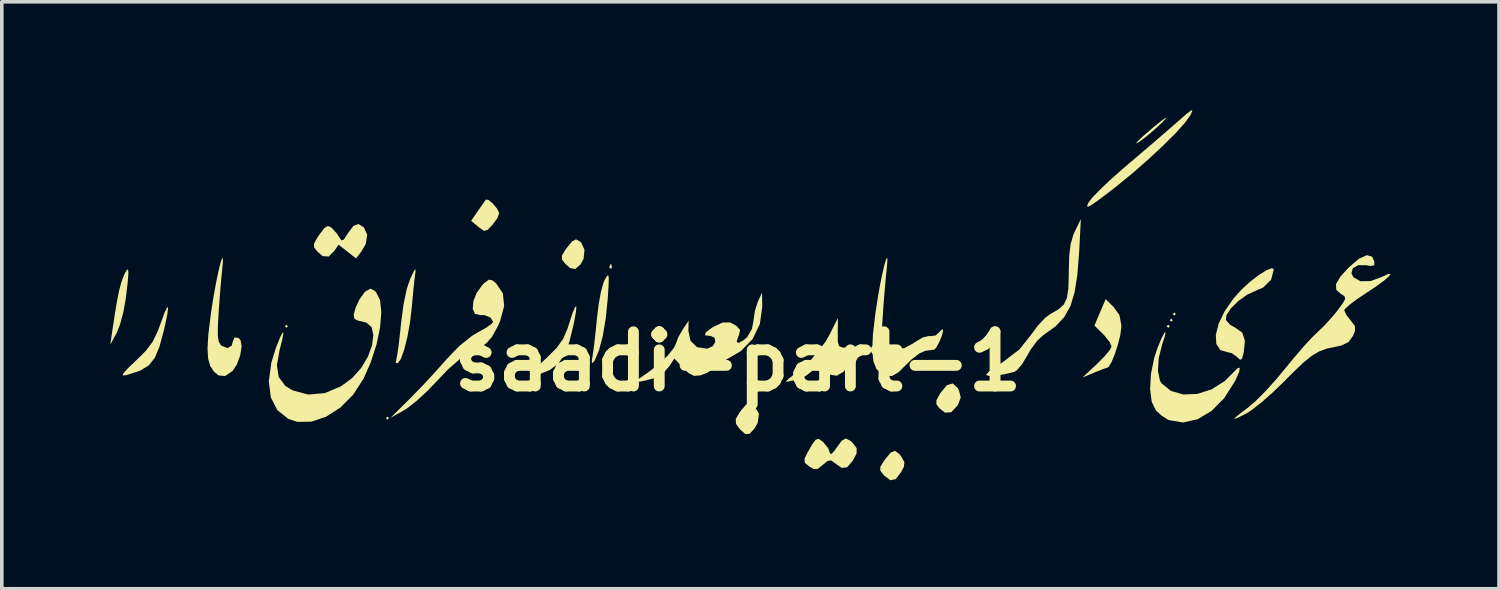
<source format=kicad_pcb>
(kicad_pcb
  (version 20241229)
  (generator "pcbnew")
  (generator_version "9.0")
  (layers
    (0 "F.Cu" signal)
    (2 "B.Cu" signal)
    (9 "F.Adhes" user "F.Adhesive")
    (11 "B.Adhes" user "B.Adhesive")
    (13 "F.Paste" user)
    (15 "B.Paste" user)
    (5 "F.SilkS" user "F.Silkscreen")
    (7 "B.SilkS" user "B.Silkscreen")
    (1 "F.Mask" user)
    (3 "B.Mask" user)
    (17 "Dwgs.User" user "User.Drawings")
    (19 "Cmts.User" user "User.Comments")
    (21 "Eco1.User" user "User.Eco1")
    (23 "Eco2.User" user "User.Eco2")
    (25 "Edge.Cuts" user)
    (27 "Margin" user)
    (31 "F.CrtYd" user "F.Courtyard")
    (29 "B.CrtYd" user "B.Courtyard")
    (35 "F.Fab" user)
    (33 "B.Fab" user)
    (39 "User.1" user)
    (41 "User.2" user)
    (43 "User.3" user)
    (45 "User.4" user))
  (footprint "saadi-part-1"
    (layer "F.Cu")
    (at 17.358 6.946)
    (property "Reference" "saadi-part-1" (at 0 0 0) (layer "F.SilkS") (effects (font (size 1.5 1.5) (thickness 0.3))))
    (attr board_only exclude_from_pos_files exclude_from_bom)
    (fp_poly (pts (xy -12.446 -0.974) (xy -12.488 -0.931) (xy -12.531 -0.974) (xy -12.488 -1.016)) (stroke (width 0) (type solid)) (fill yes) (layer "F.SilkS"))
    (fp_poly (pts (xy -9.652 1.566) (xy -9.694 1.609) (xy -9.737 1.566) (xy -9.694 1.524)) (stroke (width 0) (type solid)) (fill yes) (layer "F.SilkS"))
    (fp_poly (pts (xy 11.938 -0.974) (xy 11.896 -0.931) (xy 11.853 -0.974) (xy 11.896 -1.016)) (stroke (width 0) (type solid)) (fill yes) (layer "F.SilkS"))
    (fp_poly (pts (xy 12.023 -1.143) (xy 11.98 -1.101) (xy 11.938 -1.143) (xy 11.98 -1.185)) (stroke (width 0) (type solid)) (fill yes) (layer "F.SilkS"))
    (fp_poly (pts (xy 12.107 -1.312) (xy 12.065 -1.27) (xy 12.023 -1.312) (xy 12.065 -1.355)) (stroke (width 0) (type solid)) (fill yes) (layer "F.SilkS"))
    (fp_poly (pts (xy -3.5 -2.681) (xy -3.489 -2.581) (xy -3.5 -2.568) (xy -3.55 -2.58) (xy -3.556 -2.625) (xy -3.525 -2.694)) (stroke (width 0) (type solid)) (fill yes) (layer "F.SilkS"))
    (fp_poly (pts (xy -4.37 -3.319) (xy -4.335 -3.285) (xy -4.245 -3.088) (xy -4.27 -2.843) (xy -4.351 -2.688) (xy -4.496 -2.558) (xy -4.642 -2.581) (xy -4.78 -2.705) (xy -4.87 -2.823) (xy -4.871 -2.927) (xy -4.775 -3.085) (xy -4.745 -3.128) (xy -4.592 -3.319) (xy -4.481 -3.377)) (stroke (width 0) (type solid)) (fill yes) (layer "F.SilkS"))
    (fp_poly (pts (xy 0.433 1.208) (xy 0.449 1.223) (xy 0.579 1.446) (xy 0.545 1.697) (xy 0.461 1.844) (xy 0.322 2) (xy 0.2 2.005) (xy 0.055 1.877) (xy -0.056 1.725) (xy -0.063 1.589) (xy 0.041 1.412) (xy 0.111 1.323) (xy 0.246 1.169) (xy 0.335 1.136)) (stroke (width 0) (type solid)) (fill yes) (layer "F.SilkS"))
    (fp_poly (pts (xy 6.073 0.73) (xy 6.11 0.801) (xy 6.159 0.994) (xy 6.091 1.18) (xy 6.064 1.224) (xy 5.895 1.403) (xy 5.726 1.416) (xy 5.563 1.289) (xy 5.483 1.177) (xy 5.489 1.065) (xy 5.588 0.886) (xy 5.601 0.866) (xy 5.779 0.653) (xy 5.937 0.608)) (stroke (width 0) (type solid)) (fill yes) (layer "F.SilkS"))
    (fp_poly (pts (xy 11.832 -6.723) (xy 11.811 -6.697) (xy 11.672 -6.555) (xy 11.485 -6.385) (xy 11.288 -6.22) (xy 11.12 -6.092) (xy 11.019 -6.032) (xy 11.007 -6.036) (xy 11.067 -6.106) (xy 11.225 -6.253) (xy 11.451 -6.448) (xy 11.493 -6.484) (xy 11.698 -6.65) (xy 11.817 -6.734)) (stroke (width 0) (type solid)) (fill yes) (layer "F.SilkS"))
    (fp_poly (pts (xy 4.463 2.561) (xy 4.521 2.639) (xy 4.601 2.784) (xy 4.585 2.917) (xy 4.508 3.062) (xy 4.359 3.253) (xy 4.214 3.284) (xy 4.045 3.158) (xy 4.026 3.137) (xy 3.935 3.019) (xy 3.935 2.915) (xy 4.03 2.757) (xy 4.061 2.714) (xy 4.221 2.519) (xy 4.343 2.47)) (stroke (width 0) (type solid)) (fill yes) (layer "F.SilkS"))
    (fp_poly (pts (xy -16.857 -2.444) (xy -16.876 -2.198) (xy -16.923 -1.798) (xy -16.934 -1.715) (xy -16.999 -1.356) (xy -17.091 -1.017) (xy -17.185 -0.784) (xy -17.358 -0.466) (xy -17.315 -0.762) (xy -17.235 -1.293) (xy -17.17 -1.688) (xy -17.111 -1.976) (xy -17.054 -2.188) (xy -16.992 -2.357) (xy -16.986 -2.371) (xy -16.912 -2.519) (xy -16.869 -2.548)) (stroke (width 0) (type solid)) (fill yes) (layer "F.SilkS"))
    (fp_poly (pts (xy -6.896 -4.464) (xy -6.776 -4.362) (xy -6.662 -4.225) (xy -6.605 -4.108) (xy -6.604 -4.098) (xy -6.656 -3.964) (xy -6.784 -3.787) (xy -6.795 -3.775) (xy -6.93 -3.635) (xy -7.024 -3.613) (xy -7.15 -3.699) (xy -7.183 -3.726) (xy -7.38 -3.891) (xy -7.189 -4.168) (xy -7.061 -4.352) (xy -6.98 -4.467) (xy -6.971 -4.48)) (stroke (width 0) (type solid)) (fill yes) (layer "F.SilkS"))
    (fp_poly (pts (xy -15.76 -1.484) (xy -15.781 -1.311) (xy -15.848 -0.985) (xy -15.876 -0.864) (xy -15.996 -0.416) (xy -16.126 -0.103) (xy -16.294 0.109) (xy -16.529 0.252) (xy -16.86 0.362) (xy -16.933 0.381) (xy -17.015 0.385) (xy -16.996 0.323) (xy -16.864 0.181) (xy -16.657 -0.016) (xy -16.376 -0.294) (xy -16.187 -0.546) (xy -16.045 -0.839) (xy -15.964 -1.058) (xy -15.853 -1.361) (xy -15.785 -1.502)) (stroke (width 0) (type solid)) (fill yes) (layer "F.SilkS"))
    (fp_poly (pts (xy -8.919 -2.477) (xy -8.928 -2.413) (xy -8.954 -2.202) (xy -8.986 -1.888) (xy -9.017 -1.538) (xy -9.018 -1.524) (xy -9.069 -1.089) (xy -9.143 -0.677) (xy -9.231 -0.325) (xy -9.324 -0.069) (xy -9.408 0.049) (xy -9.466 0.041) (xy -9.449 -0.057) (xy -9.419 -0.209) (xy -9.381 -0.484) (xy -9.34 -0.837) (xy -9.317 -1.067) (xy -9.25 -1.577) (xy -9.16 -2.007) (xy -9.063 -2.291) (xy -8.965 -2.496) (xy -8.92 -2.554)) (stroke (width 0) (type solid)) (fill yes) (layer "F.SilkS"))
    (fp_poly (pts (xy -4.48 -1.381) (xy -4.535 -1.078) (xy -4.541 -1.046) (xy -4.663 -0.548) (xy -4.8 -0.188) (xy -4.975 0.063) (xy -5.209 0.237) (xy -5.525 0.365) (xy -5.567 0.378) (xy -5.713 0.402) (xy -5.757 0.38) (xy -5.699 0.301) (xy -5.546 0.142) (xy -5.329 -0.066) (xy -5.294 -0.097) (xy -5.016 -0.375) (xy -4.837 -0.625) (xy -4.714 -0.911) (xy -4.686 -1.001) (xy -4.578 -1.333) (xy -4.505 -1.508) (xy -4.471 -1.524)) (stroke (width 0) (type solid)) (fill yes) (layer "F.SilkS"))
    (fp_poly (pts (xy -3.574 -2.303) (xy -3.58 -2.098) (xy -3.602 -1.745) (xy -3.603 -1.736) (xy -3.656 -1.201) (xy -3.739 -0.714) (xy -3.843 -0.313) (xy -3.96 -0.036) (xy -3.984 0) (xy -4.04 0.053) (xy -4.042 -0.034) (xy -4.026 -0.127) (xy -3.996 -0.323) (xy -3.959 -0.634) (xy -3.919 -1.008) (xy -3.901 -1.198) (xy -3.852 -1.592) (xy -3.788 -1.94) (xy -3.718 -2.191) (xy -3.688 -2.256) (xy -3.625 -2.361) (xy -3.588 -2.384)) (stroke (width 0) (type solid)) (fill yes) (layer "F.SilkS"))
    (fp_poly (pts (xy 10.385 -1.507) (xy 10.546 -1.285) (xy 10.598 -1.014) (xy 10.599 -0.944) (xy 10.571 -0.733) (xy 10.505 -0.468) (xy 10.417 -0.198) (xy 10.324 0.026) (xy 10.244 0.155) (xy 10.217 0.169) (xy 10.124 0.199) (xy 9.933 0.273) (xy 9.853 0.306) (xy 9.525 0.442) (xy 9.927 0.067) (xy 10.135 -0.142) (xy 10.28 -0.318) (xy 10.329 -0.415) (xy 10.274 -0.539) (xy 10.136 -0.713) (xy 10.093 -0.758) (xy 9.856 -0.994) (xy 10.011 -1.36) (xy 10.167 -1.725)) (stroke (width 0) (type solid)) (fill yes) (layer "F.SilkS"))
    (fp_poly (pts (xy -10.346 -3.708) (xy -10.254 -3.506) (xy -10.294 -3.25) (xy -10.406 -3.055) (xy -10.563 -2.85) (xy -10.805 -3.041) (xy -11.047 -3.231) (xy -11.164 -3.055) (xy -11.32 -2.902) (xy -11.485 -2.914) (xy -11.636 -3.042) (xy -11.722 -3.154) (xy -11.726 -3.257) (xy -11.642 -3.412) (xy -11.579 -3.506) (xy -11.439 -3.69) (xy -11.339 -3.747) (xy -11.243 -3.703) (xy -11.092 -3.537) (xy -11.029 -3.439) (xy -10.966 -3.348) (xy -10.901 -3.372) (xy -10.798 -3.528) (xy -10.788 -3.545) (xy -10.634 -3.751) (xy -10.493 -3.801)) (stroke (width 0) (type solid)) (fill yes) (layer "F.SilkS"))
    (fp_poly (pts (xy 12.564 -6.94) (xy 12.525 -6.844) (xy 12.506 -6.807) (xy 12.363 -6.606) (xy 12.111 -6.324) (xy 11.773 -5.987) (xy 11.375 -5.615) (xy 10.94 -5.234) (xy 10.493 -4.866) (xy 10.305 -4.719) (xy 9.986 -4.477) (xy 9.782 -4.332) (xy 9.676 -4.278) (xy 9.652 -4.303) (xy 9.688 -4.39) (xy 9.796 -4.531) (xy 10.009 -4.752) (xy 10.299 -5.026) (xy 10.638 -5.328) (xy 10.77 -5.441) (xy 11.156 -5.768) (xy 11.539 -6.096) (xy 11.879 -6.39) (xy 12.139 -6.616) (xy 12.181 -6.654) (xy 12.409 -6.853) (xy 12.531 -6.946)) (stroke (width 0) (type solid)) (fill yes) (layer "F.SilkS"))
    (fp_poly (pts (xy 3.11 2.194) (xy 3.169 2.25) (xy 3.281 2.398) (xy 3.278 2.548) (xy 3.165 2.755) (xy 3.015 2.927) (xy 2.865 2.941) (xy 2.694 2.822) (xy 2.573 2.734) (xy 2.471 2.754) (xy 2.349 2.856) (xy 2.201 2.971) (xy 2.084 2.97) (xy 1.971 2.904) (xy 1.846 2.799) (xy 1.839 2.688) (xy 1.904 2.552) (xy 2.049 2.293) (xy 2.147 2.163) (xy 2.228 2.139) (xy 2.324 2.202) (xy 2.365 2.239) (xy 2.496 2.402) (xy 2.541 2.532) (xy 2.579 2.562) (xy 2.676 2.456) (xy 2.719 2.392) (xy 2.867 2.19) (xy 2.983 2.129)) (stroke (width 0) (type solid)) (fill yes) (layer "F.SilkS"))
    (fp_poly (pts (xy 2.758 -0.792) (xy 2.76 -0.546) (xy 2.794 -0.426) (xy 2.883 -0.387) (xy 2.985 -0.384) (xy 3.148 -0.37) (xy 3.206 -0.299) (xy 3.165 -0.139) (xy 3.084 0.044) (xy 2.919 0.283) (xy 2.732 0.393) (xy 2.556 0.368) (xy 2.425 0.202) (xy 2.41 0.159) (xy 2.367 0.068) (xy 2.299 0.066) (xy 2.164 0.165) (xy 2.065 0.251) (xy 1.864 0.406) (xy 1.7 0.498) (xy 1.655 0.508) (xy 1.474 0.532) (xy 1.383 0.555) (xy 1.317 0.557) (xy 1.398 0.479) (xy 1.439 0.449) (xy 2.01 -0.036) (xy 2.42 -0.547) (xy 2.531 -0.745) (xy 2.763 -1.204)) (stroke (width 0) (type solid)) (fill yes) (layer "F.SilkS"))
    (fp_poly (pts (xy 14.817 -2.548) (xy 14.739 -2.259) (xy 14.521 -2.046) (xy 14.336 -1.965) (xy 14.083 -1.85) (xy 13.835 -1.673) (xy 13.63 -1.471) (xy 13.505 -1.279) (xy 13.491 -1.147) (xy 13.605 -1.016) (xy 13.749 -0.935) (xy 13.943 -0.799) (xy 14.017 -0.571) (xy 13.986 -0.264) (xy 13.938 -0.082) (xy 13.886 -0.044) (xy 13.81 -0.116) (xy 13.653 -0.23) (xy 13.553 -0.254) (xy 13.338 -0.315) (xy 13.226 -0.483) (xy 13.212 -0.734) (xy 13.29 -1.044) (xy 13.456 -1.39) (xy 13.705 -1.747) (xy 13.924 -1.991) (xy 14.165 -2.21) (xy 14.407 -2.395) (xy 14.617 -2.525) (xy 14.765 -2.581)) (stroke (width 0) (type solid)) (fill yes) (layer "F.SilkS"))
    (fp_poly (pts (xy 11.802 -0.696) (xy 11.726 -0.462) (xy 11.632 -0.091) (xy 11.612 0.256) (xy 11.666 0.526) (xy 11.708 0.6) (xy 11.972 0.815) (xy 12.316 0.912) (xy 12.702 0.896) (xy 13.096 0.77) (xy 13.459 0.54) (xy 13.656 0.344) (xy 13.809 0.187) (xy 13.876 0.171) (xy 13.856 0.291) (xy 13.748 0.533) (xy 13.446 1.011) (xy 13.09 1.37) (xy 12.702 1.599) (xy 12.302 1.687) (xy 11.911 1.62) (xy 11.896 1.613) (xy 11.713 1.498) (xy 11.557 1.356) (xy 11.44 1.117) (xy 11.394 0.766) (xy 11.418 0.345) (xy 11.51 -0.104) (xy 11.596 -0.366) (xy 11.71 -0.64) (xy 11.789 -0.792) (xy 11.823 -0.813)) (stroke (width 0) (type solid)) (fill yes) (layer "F.SilkS"))
    (fp_poly (pts (xy -14.243 -2.77) (xy -14.264 -2.54) (xy -14.29 -2.281) (xy -14.321 -1.916) (xy -14.352 -1.511) (xy -14.362 -1.353) (xy -14.384 -0.965) (xy -14.384 -0.71) (xy -14.36 -0.554) (xy -14.308 -0.461) (xy -14.282 -0.436) (xy -14.117 -0.37) (xy -13.998 -0.441) (xy -13.97 -0.555) (xy -13.919 -0.665) (xy -13.812 -0.65) (xy -13.755 -0.587) (xy -13.726 -0.413) (xy -13.767 -0.166) (xy -13.859 0.085) (xy -13.975 0.259) (xy -14.183 0.403) (xy -14.368 0.385) (xy -14.496 0.275) (xy -14.596 0.121) (xy -14.653 -0.082) (xy -14.67 -0.361) (xy -14.647 -0.743) (xy -14.585 -1.255) (xy -14.56 -1.433) (xy -14.499 -1.82) (xy -14.434 -2.173) (xy -14.372 -2.474) (xy -14.317 -2.703) (xy -14.273 -2.842) (xy -14.247 -2.87)) (stroke (width 0) (type solid)) (fill yes) (layer "F.SilkS"))
    (fp_poly (pts (xy 9.434 -3.048) (xy 9.385 -2.411) (xy 9.308 -1.914) (xy 9.19 -1.528) (xy 9.017 -1.223) (xy 8.779 -0.971) (xy 8.462 -0.743) (xy 8.446 -0.734) (xy 8.274 -0.575) (xy 8.091 -0.328) (xy 8.003 -0.174) (xy 7.86 0.066) (xy 7.717 0.237) (xy 7.643 0.286) (xy 7.364 0.354) (xy 7.109 0.393) (xy 6.924 0.398) (xy 6.858 0.368) (xy 6.925 0.29) (xy 7.101 0.158) (xy 7.33 0.011) (xy 7.783 -0.336) (xy 8.094 -0.727) (xy 8.289 -0.991) (xy 8.494 -1.208) (xy 8.63 -1.309) (xy 8.86 -1.441) (xy 9.009 -1.577) (xy 9.095 -1.758) (xy 9.135 -2.022) (xy 9.146 -2.41) (xy 9.146 -2.483) (xy 9.158 -2.922) (xy 9.196 -3.242) (xy 9.267 -3.491) (xy 9.314 -3.598) (xy 9.48 -3.937)) (stroke (width 0) (type solid)) (fill yes) (layer "F.SilkS"))
    (fp_poly (pts (xy -6.788 -2.242) (xy -6.69 -2.16) (xy -6.503 -1.885) (xy -6.467 -1.534) (xy -6.582 -1.109) (xy -6.645 -0.968) (xy -6.802 -0.683) (xy -6.962 -0.501) (xy -7.185 -0.361) (xy -7.311 -0.301) (xy -7.648 -0.103) (xy -8.008 0.207) (xy -8.306 0.519) (xy -8.593 0.818) (xy -8.889 1.09) (xy -9.146 1.292) (xy -9.237 1.35) (xy -9.61 1.558) (xy -9.059 1.012) (xy -8.737 0.682) (xy -8.393 0.312) (xy -8.094 -0.023) (xy -8.058 -0.065) (xy -7.708 -0.428) (xy -7.355 -0.71) (xy -7.19 -0.808) (xy -6.96 -0.937) (xy -6.809 -1.047) (xy -6.773 -1.097) (xy -6.846 -1.217) (xy -7.015 -1.284) (xy -7.134 -1.284) (xy -7.276 -1.319) (xy -7.336 -1.459) (xy -7.318 -1.666) (xy -7.227 -1.898) (xy -7.068 -2.118) (xy -7.02 -2.166) (xy -6.89 -2.263)) (stroke (width 0) (type solid)) (fill yes) (layer "F.SilkS"))
    (fp_poly (pts (xy -10.053 -1.959) (xy -10.008 -1.917) (xy -9.899 -1.699) (xy -9.864 -1.364) (xy -9.898 -0.943) (xy -9.997 -0.469) (xy -10.157 0.026) (xy -10.356 0.477) (xy -10.643 0.919) (xy -10.997 1.274) (xy -11.391 1.527) (xy -11.798 1.664) (xy -12.188 1.669) (xy -12.438 1.586) (xy -12.739 1.343) (xy -12.919 0.993) (xy -12.975 0.549) (xy -12.904 0.027) (xy -12.779 -0.376) (xy -12.661 -0.671) (xy -12.591 -0.804) (xy -12.572 -0.777) (xy -12.606 -0.592) (xy -12.676 -0.322) (xy -12.751 0.107) (xy -12.7 0.433) (xy -12.52 0.674) (xy -12.32 0.798) (xy -11.886 0.915) (xy -11.429 0.875) (xy -10.978 0.686) (xy -10.667 0.455) (xy -10.419 0.177) (xy -10.234 -0.135) (xy -10.12 -0.448) (xy -10.084 -0.73) (xy -10.132 -0.949) (xy -10.272 -1.073) (xy -10.329 -1.087) (xy -10.518 -1.133) (xy -10.61 -1.181) (xy -10.627 -1.3) (xy -10.571 -1.498) (xy -10.467 -1.717) (xy -10.339 -1.899) (xy -10.296 -1.94) (xy -10.168 -2.014)) (stroke (width 0) (type solid)) (fill yes) (layer "F.SilkS"))
    (fp_poly (pts (xy 4.13 -2.771) (xy 4.109 -2.54) (xy 4.083 -2.277) (xy 4.051 -1.911) (xy 4.019 -1.51) (xy 4.011 -1.389) (xy 3.987 -1.024) (xy 3.983 -0.789) (xy 4.005 -0.645) (xy 4.06 -0.556) (xy 4.152 -0.481) (xy 4.156 -0.479) (xy 4.382 -0.361) (xy 4.591 -0.366) (xy 4.839 -0.499) (xy 4.903 -0.544) (xy 5.11 -0.664) (xy 5.28 -0.706) (xy 5.312 -0.7) (xy 5.464 -0.721) (xy 5.558 -0.807) (xy 5.644 -0.892) (xy 5.673 -0.867) (xy 5.64 -0.721) (xy 5.564 -0.534) (xy 5.478 -0.379) (xy 5.426 -0.328) (xy 5.311 -0.311) (xy 5.183 -0.297) (xy 5.02 -0.226) (xy 4.807 -0.064) (xy 4.667 0.073) (xy 4.435 0.301) (xy 4.255 0.402) (xy 4.086 0.393) (xy 3.961 0.334) (xy 3.825 0.203) (xy 3.742 -0.009) (xy 3.711 -0.324) (xy 3.731 -0.76) (xy 3.799 -1.336) (xy 3.811 -1.419) (xy 3.872 -1.81) (xy 3.937 -2.166) (xy 4 -2.47) (xy 4.056 -2.701) (xy 4.099 -2.841) (xy 4.126 -2.87)) (stroke (width 0) (type solid)) (fill yes) (layer "F.SilkS"))
    (fp_poly (pts (xy 0.67 -1.516) (xy 0.604 -1.038) (xy 0.402 -0.618) (xy 0.084 -0.293) (xy -0.08 -0.193) (xy -0.342 -0.044) (xy -0.566 0.109) (xy -0.627 0.161) (xy -0.849 0.31) (xy -1.037 0.384) (xy -1.214 0.398) (xy -1.372 0.317) (xy -1.515 0.179) (xy -1.76 -0.083) (xy -1.896 0.125) (xy -2.073 0.33) (xy -2.31 0.46) (xy -2.625 0.54) (xy -2.78 0.566) (xy -2.83 0.557) (xy -2.763 0.493) (xy -2.569 0.358) (xy -2.485 0.301) (xy -2.193 0.077) (xy -1.942 -0.165) (xy -1.764 -0.389) (xy -1.693 -0.558) (xy -1.693 -0.563) (xy -1.65 -0.677) (xy -1.545 -0.858) (xy -1.529 -0.883) (xy -1.365 -1.131) (xy -1.373 -0.849) (xy -1.314 -0.57) (xy -1.135 -0.397) (xy -0.86 -0.355) (xy -0.847 -0.356) (xy -0.699 -0.423) (xy -0.629 -0.543) (xy -0.647 -0.658) (xy -0.763 -0.709) (xy -0.783 -0.708) (xy -0.914 -0.725) (xy -0.895 -0.802) (xy -0.73 -0.928) (xy -0.685 -0.955) (xy -0.423 -1.078) (xy -0.219 -1.08) (xy -0.048 -0.988) (xy 0.056 -0.874) (xy 0.028 -0.731) (xy 0.008 -0.692) (xy -0.039 -0.546) (xy 0.019 -0.512) (xy 0.156 -0.589) (xy 0.254 -0.677) (xy 0.384 -0.899) (xy 0.427 -1.122) (xy 0.468 -1.407) (xy 0.547 -1.651) (xy 0.664 -1.905)) (stroke (width 0) (type solid)) (fill yes) (layer "F.SilkS"))
    (fp_poly (pts (xy 17.535 -2.898) (xy 17.596 -2.763) (xy 17.592 -2.659) (xy 17.494 -2.641) (xy 17.378 -2.662) (xy 17.151 -2.664) (xy 17.001 -2.579) (xy 16.962 -2.44) (xy 17.018 -2.328) (xy 17.212 -2.219) (xy 17.489 -2.224) (xy 17.784 -2.331) (xy 17.977 -2.418) (xy 18.043 -2.42) (xy 17.997 -2.352) (xy 17.85 -2.226) (xy 17.615 -2.055) (xy 17.399 -1.913) (xy 17.116 -1.724) (xy 16.898 -1.559) (xy 16.777 -1.445) (xy 16.764 -1.417) (xy 16.817 -1.293) (xy 16.941 -1.134) (xy 17.058 -0.982) (xy 17.061 -0.842) (xy 17.005 -0.708) (xy 16.879 -0.535) (xy 16.674 -0.439) (xy 16.535 -0.41) (xy 16.283 -0.357) (xy 16.07 -0.279) (xy 15.862 -0.156) (xy 15.627 0.037) (xy 15.331 0.319) (xy 15.113 0.539) (xy 14.802 0.841) (xy 14.491 1.116) (xy 14.223 1.328) (xy 14.076 1.425) (xy 13.868 1.531) (xy 13.738 1.586) (xy 13.716 1.586) (xy 13.779 1.523) (xy 13.941 1.394) (xy 14.103 1.275) (xy 14.316 1.092) (xy 14.591 0.815) (xy 14.889 0.485) (xy 15.112 0.215) (xy 15.387 -0.12) (xy 15.654 -0.429) (xy 15.879 -0.672) (xy 16.01 -0.798) (xy 16.227 -1.007) (xy 16.466 -1.273) (xy 16.568 -1.4) (xy 16.726 -1.614) (xy 16.79 -1.735) (xy 16.769 -1.806) (xy 16.68 -1.862) (xy 16.543 -1.981) (xy 16.534 -2.138) (xy 16.659 -2.35) (xy 16.887 -2.6) (xy 17.167 -2.84) (xy 17.387 -2.94)) (stroke (width 0) (type solid)) (fill yes) (layer "F.SilkS")))
  (gr_rect
    (start -3 -3)
    (end 38.401 13.23)
    (stroke (width 0.1) (type default))
    (fill no)
    (layer "Edge.Cuts")))
</source>
